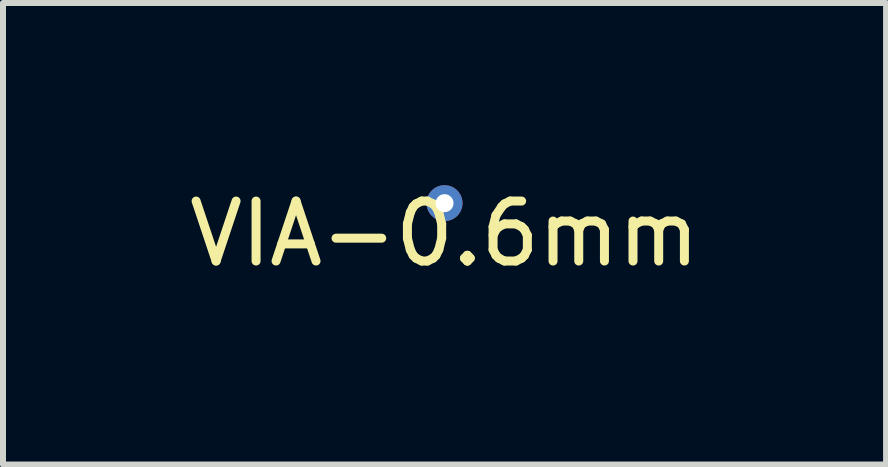
<source format=kicad_pcb>
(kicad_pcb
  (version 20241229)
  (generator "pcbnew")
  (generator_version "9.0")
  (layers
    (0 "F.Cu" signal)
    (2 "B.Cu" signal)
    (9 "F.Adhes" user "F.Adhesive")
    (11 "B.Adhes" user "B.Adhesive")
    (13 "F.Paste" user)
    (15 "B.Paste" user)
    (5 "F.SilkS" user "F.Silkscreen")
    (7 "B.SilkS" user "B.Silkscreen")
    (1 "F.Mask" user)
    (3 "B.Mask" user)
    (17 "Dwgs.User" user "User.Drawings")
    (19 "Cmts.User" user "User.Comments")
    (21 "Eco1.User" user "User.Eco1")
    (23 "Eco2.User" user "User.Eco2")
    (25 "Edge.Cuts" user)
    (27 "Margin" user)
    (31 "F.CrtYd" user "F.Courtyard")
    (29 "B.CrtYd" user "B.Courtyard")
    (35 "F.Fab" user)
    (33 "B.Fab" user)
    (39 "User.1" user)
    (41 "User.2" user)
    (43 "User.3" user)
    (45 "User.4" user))
  (footprint "VIA-0.6mm"
    (layer "F.Cu")
    (at 4.363 0.348)
    (property "Reference" "VIA-0.6mm" (at 0 0.5 0) (layer "F.SilkS") (effects (font (size 1 1) (thickness 0.15))))
    (attr through_hole)
    (pad "1" thru_hole circle (at 0 -0.01) (size 0.6 0.6) (drill 0.3) (layers "*.Cu")))
  (gr_rect
    (start -3 -3)
    (end 11.726 4.697)
    (stroke (width 0.1) (type default))
    (fill no)
    (layer "Edge.Cuts")))
</source>
